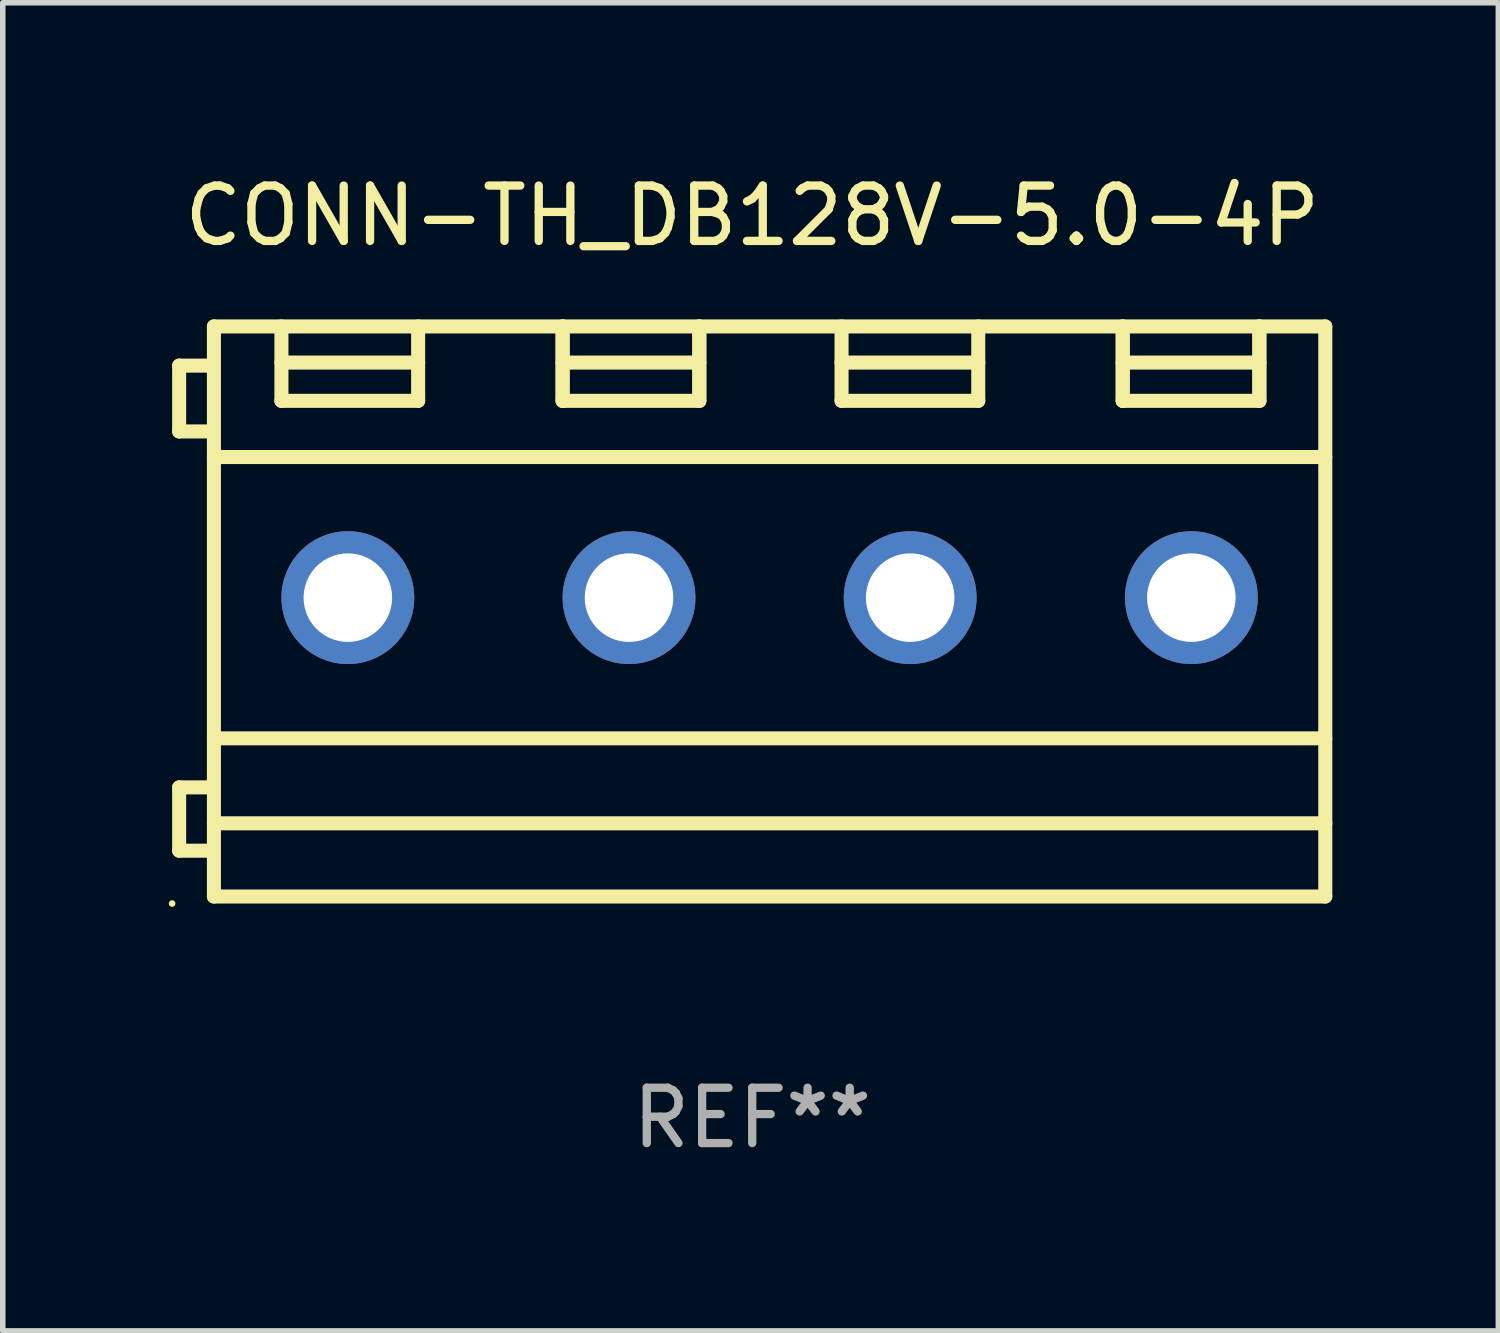
<source format=kicad_pcb>
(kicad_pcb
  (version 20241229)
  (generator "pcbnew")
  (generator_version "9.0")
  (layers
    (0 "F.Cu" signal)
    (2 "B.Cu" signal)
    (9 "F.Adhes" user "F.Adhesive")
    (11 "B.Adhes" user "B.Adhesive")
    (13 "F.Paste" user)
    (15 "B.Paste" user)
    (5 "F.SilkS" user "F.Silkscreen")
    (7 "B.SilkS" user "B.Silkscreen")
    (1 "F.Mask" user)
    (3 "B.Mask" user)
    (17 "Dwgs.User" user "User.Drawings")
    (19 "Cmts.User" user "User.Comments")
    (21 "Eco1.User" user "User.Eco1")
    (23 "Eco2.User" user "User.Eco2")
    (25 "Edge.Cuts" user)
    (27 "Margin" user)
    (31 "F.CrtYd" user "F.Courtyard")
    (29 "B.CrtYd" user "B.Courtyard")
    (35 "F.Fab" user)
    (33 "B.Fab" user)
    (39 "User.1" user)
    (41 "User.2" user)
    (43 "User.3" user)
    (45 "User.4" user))
  (footprint "CONN-TH_DB128V-5.0-4P"
    (layer "F.Cu")
    (at 10.541 7.998)
    (property "Reference" "CONN-TH_DB128V-5.0-4P" (at 0 -7.15 0) (layer "F.SilkS") (effects (font (size 1 1) (thickness 0.15))))
    (attr through_hole)
    (fp_line (start -10.354 -4.442) (end -9.754 -4.442) (stroke (width 0.254) (type solid)) (layer "F.SilkS"))
    (fp_line (start -10.354 -3.253) (end -10.354 -4.442) (stroke (width 0.254) (type solid)) (layer "F.SilkS"))
    (fp_line (start -10.354 3.178) (end -9.754 3.178) (stroke (width 0.254) (type solid)) (layer "F.SilkS"))
    (fp_line (start -10.354 4.322) (end -10.354 3.178) (stroke (width 0.254) (type solid)) (layer "F.SilkS"))
    (fp_line (start -9.754 -3.253) (end -10.354 -3.253) (stroke (width 0.254) (type solid)) (layer "F.SilkS"))
    (fp_line (start -9.754 4.322) (end -10.354 4.322) (stroke (width 0.254) (type solid)) (layer "F.SilkS"))
    (fp_line (start -9.726 -5.15) (end -9.726 5.15) (stroke (width 0.254) (type solid)) (layer "F.SilkS"))
    (fp_line (start -9.726 -5.15) (end 10.354 -5.15) (stroke (width 0.254) (type solid)) (layer "F.SilkS"))
    (fp_line (start -9.726 -2.79) (end 10.354 -2.79) (stroke (width 0.254) (type solid)) (layer "F.SilkS"))
    (fp_line (start -9.726 2.292) (end 10.354 2.292) (stroke (width 0.254) (type solid)) (layer "F.SilkS"))
    (fp_line (start -9.726 3.827) (end 10.354 3.827) (stroke (width 0.254) (type solid)) (layer "F.SilkS"))
    (fp_line (start -9.726 5.15) (end 10.354 5.15) (stroke (width 0.254) (type solid)) (layer "F.SilkS"))
    (fp_line (start -8.506 -5.15) (end -8.506 -3.806) (stroke (width 0.254) (type solid)) (layer "F.SilkS"))
    (fp_line (start -8.506 -4.497) (end -6.036 -4.497) (stroke (width 0.254) (type solid)) (layer "F.SilkS"))
    (fp_line (start -8.506 -3.806) (end -6.036 -3.806) (stroke (width 0.254) (type solid)) (layer "F.SilkS"))
    (fp_line (start -6.036 -3.806) (end -6.036 -5.15) (stroke (width 0.254) (type solid)) (layer "F.SilkS"))
    (fp_line (start -3.426 -5.15) (end -3.426 -3.806) (stroke (width 0.254) (type solid)) (layer "F.SilkS"))
    (fp_line (start -3.426 -3.806) (end -0.956 -3.806) (stroke (width 0.254) (type solid)) (layer "F.SilkS"))
    (fp_line (start -3.426 -5.15) (end -3.426 -3.806) (stroke (width 0.254) (type solid)) (layer "F.SilkS"))
    (fp_line (start -3.426 -4.497) (end -0.956 -4.497) (stroke (width 0.254) (type solid)) (layer "F.SilkS"))
    (fp_line (start -0.956 -3.806) (end -0.956 -5.15) (stroke (width 0.254) (type solid)) (layer "F.SilkS"))
    (fp_line (start -0.956 -3.806) (end -0.956 -5.15) (stroke (width 0.254) (type solid)) (layer "F.SilkS"))
    (fp_line (start 1.614 -5.15) (end 1.614 -3.806) (stroke (width 0.254) (type solid)) (layer "F.SilkS"))
    (fp_line (start 1.614 -4.497) (end 4.084 -4.497) (stroke (width 0.254) (type solid)) (layer "F.SilkS"))
    (fp_line (start 1.614 -3.806) (end 4.084 -3.806) (stroke (width 0.254) (type solid)) (layer "F.SilkS"))
    (fp_line (start 4.084 -3.806) (end 4.084 -5.15) (stroke (width 0.254) (type solid)) (layer "F.SilkS"))
    (fp_line (start 6.694 -5.15) (end 6.694 -3.806) (stroke (width 0.254) (type solid)) (layer "F.SilkS"))
    (fp_line (start 6.694 -5.15) (end 6.694 -3.806) (stroke (width 0.254) (type solid)) (layer "F.SilkS"))
    (fp_line (start 6.694 -4.497) (end 9.163 -4.497) (stroke (width 0.254) (type solid)) (layer "F.SilkS"))
    (fp_line (start 6.694 -3.806) (end 9.163 -3.806) (stroke (width 0.254) (type solid)) (layer "F.SilkS"))
    (fp_line (start 9.163 -3.806) (end 9.163 -5.15) (stroke (width 0.254) (type solid)) (layer "F.SilkS"))
    (fp_line (start 9.163 -3.806) (end 9.163 -5.15) (stroke (width 0.254) (type solid)) (layer "F.SilkS"))
    (fp_line (start 10.354 -5.15) (end 10.354 5.15) (stroke (width 0.254) (type solid)) (layer "F.SilkS"))
    (fp_circle (center -10.481 5.277) (end -10.451 5.277) (stroke (width 0.06) (type solid)) (fill no) (layer "F.SilkS"))
    (fp_text user "REF**" (at 0 9.15 0) (layer "F.Fab") (effects (font (size 1 1) (thickness 0.15))))
    (pad "1" thru_hole circle (at -7.306 -0.25) (size 2.4 2.4) (drill 1.6) (layers "*.Cu" "*.Mask"))
    (pad "2" thru_hole circle (at -2.226 -0.25) (size 2.4 2.4) (drill 1.6) (layers "*.Cu" "*.Mask"))
    (pad "3" thru_hole circle (at 2.854 -0.25) (size 2.4 2.4) (drill 1.6) (layers "*.Cu" "*.Mask"))
    (pad "4" thru_hole circle (at 7.934 -0.25) (size 2.4 2.4) (drill 1.6) (layers "*.Cu" "*.Mask")))
  (gr_rect
    (start -3 -3)
    (end 24.022 20.997)
    (stroke (width 0.1) (type default))
    (fill no)
    (layer "Edge.Cuts")))
</source>
